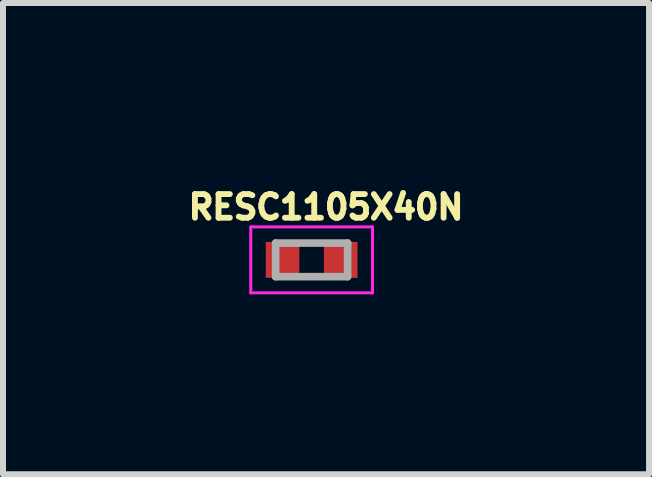
<source format=kicad_pcb>
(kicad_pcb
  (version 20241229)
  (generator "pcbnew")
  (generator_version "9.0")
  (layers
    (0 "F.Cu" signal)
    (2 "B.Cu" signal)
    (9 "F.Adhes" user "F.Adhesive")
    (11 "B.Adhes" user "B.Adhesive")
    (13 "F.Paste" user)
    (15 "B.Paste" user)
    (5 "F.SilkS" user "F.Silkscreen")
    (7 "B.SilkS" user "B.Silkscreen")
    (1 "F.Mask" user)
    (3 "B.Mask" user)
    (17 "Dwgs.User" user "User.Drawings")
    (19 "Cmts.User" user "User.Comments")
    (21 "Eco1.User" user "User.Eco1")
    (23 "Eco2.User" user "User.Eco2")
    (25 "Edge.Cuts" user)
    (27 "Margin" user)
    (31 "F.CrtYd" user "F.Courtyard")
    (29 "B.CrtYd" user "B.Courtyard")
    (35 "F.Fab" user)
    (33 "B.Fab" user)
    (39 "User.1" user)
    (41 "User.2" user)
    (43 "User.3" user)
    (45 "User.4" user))
  (footprint "RESC1105X40N"
    (layer "F.Cu")
    (at 2.146 1.283)
    (property "Reference" "RESC1105X40N" (at 0.24 -0.88 0) (layer "F.SilkS") (effects (font (size 0.394 0.394) (thickness 0.098))))
    (attr smd)
    (fp_line (start -1.015 -0.55) (end 1.015 -0.55) (stroke (width 0.05) (type solid)) (layer "F.CrtYd"))
    (fp_line (start -1.015 0.55) (end -1.015 -0.55) (stroke (width 0.05) (type solid)) (layer "F.CrtYd"))
    (fp_line (start -1.015 0.55) (end 1.015 0.55) (stroke (width 0.05) (type solid)) (layer "F.CrtYd"))
    (fp_line (start 1.015 0.55) (end 1.015 -0.55) (stroke (width 0.05) (type solid)) (layer "F.CrtYd"))
    (fp_line (start -0.6 0.28) (end -0.6 -0.28) (stroke (width 0.127) (type solid)) (layer "F.Fab"))
    (fp_line (start 0.6 -0.28) (end -0.6 -0.28) (stroke (width 0.127) (type solid)) (layer "F.Fab"))
    (fp_line (start 0.6 0.28) (end -0.6 0.28) (stroke (width 0.127) (type solid)) (layer "F.Fab"))
    (fp_line (start 0.6 0.28) (end 0.6 -0.28) (stroke (width 0.127) (type solid)) (layer "F.Fab"))
    (pad "1" smd rect (at -0.485 0) (size 0.56 0.6) (layers "F.Cu" "F.Mask" "F.Paste"))
    (pad "2" smd rect (at 0.485 0) (size 0.56 0.6) (layers "F.Cu" "F.Mask" "F.Paste")))
  (gr_rect
    (start -3 -3)
    (end 7.772 4.858)
    (stroke (width 0.1) (type default))
    (fill no)
    (layer "Edge.Cuts")))
</source>
